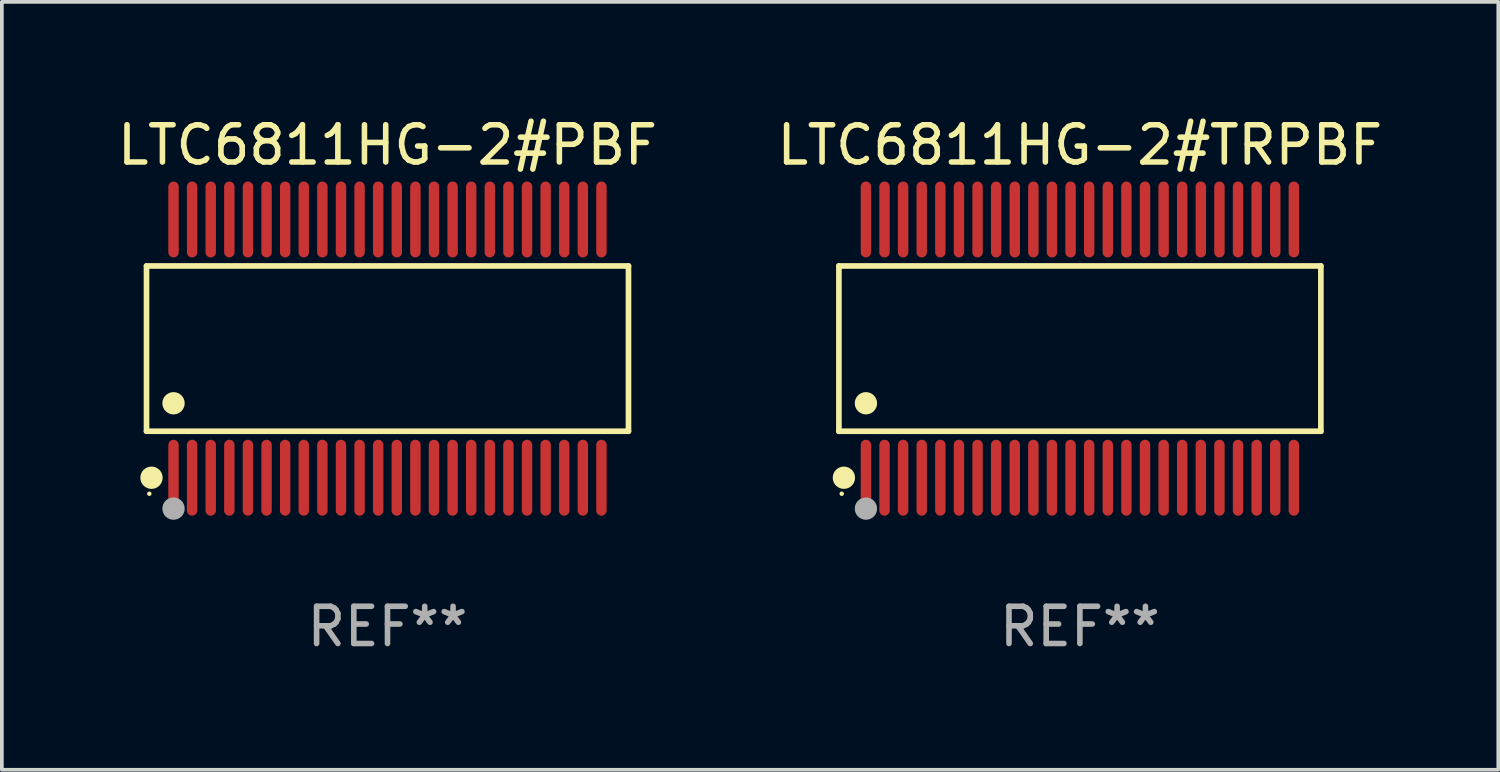
<source format=kicad_pcb>
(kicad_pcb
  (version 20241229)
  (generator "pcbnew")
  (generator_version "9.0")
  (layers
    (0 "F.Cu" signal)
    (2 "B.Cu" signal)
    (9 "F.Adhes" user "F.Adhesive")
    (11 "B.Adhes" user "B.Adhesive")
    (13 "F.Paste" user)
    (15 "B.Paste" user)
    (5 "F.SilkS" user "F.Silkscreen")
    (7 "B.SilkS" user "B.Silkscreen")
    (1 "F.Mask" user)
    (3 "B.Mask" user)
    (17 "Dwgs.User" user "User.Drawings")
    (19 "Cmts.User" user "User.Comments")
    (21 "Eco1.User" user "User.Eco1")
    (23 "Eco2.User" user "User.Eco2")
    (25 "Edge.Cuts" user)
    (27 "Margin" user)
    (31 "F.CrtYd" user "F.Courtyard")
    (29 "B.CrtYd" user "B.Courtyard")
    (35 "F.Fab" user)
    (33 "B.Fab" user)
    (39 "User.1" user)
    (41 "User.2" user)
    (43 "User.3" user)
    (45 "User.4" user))
  (footprint "LTC6811HG-2#TRPBF"
    (layer "F.Cu")
    (at 25.97 6.318)
    (property "Reference" "LTC6811HG-2#TRPBF" (at 0 -5.47 0) (layer "F.SilkS") (effects (font (size 1 1) (thickness 0.15))))
    (attr through_hole)
    (fp_line (start -6.476 -2.221) (end 6.476 -2.221) (stroke (width 0.152) (type solid)) (layer "F.SilkS"))
    (fp_line (start -6.476 2.221) (end -6.476 -2.221) (stroke (width 0.152) (type solid)) (layer "F.SilkS"))
    (fp_line (start 6.476 -2.221) (end 6.476 2.221) (stroke (width 0.152) (type solid)) (layer "F.SilkS"))
    (fp_line (start 6.476 2.221) (end -6.476 2.221) (stroke (width 0.152) (type solid)) (layer "F.SilkS"))
    (fp_circle (center -6.4 3.9) (end -6.37 3.9) (stroke (width 0.06) (type solid)) (fill no) (layer "F.SilkS"))
    (fp_circle (center -6.342 3.47) (end -6.192 3.47) (stroke (width 0.3) (type solid)) (fill no) (layer "F.SilkS"))
    (fp_circle (center -5.75 1.469) (end -5.6 1.469) (stroke (width 0.3) (type solid)) (fill no) (layer "F.SilkS"))
    (fp_circle (center -5.75 4.3) (end -5.6 4.3) (stroke (width 0.3) (type solid)) (fill no) (layer "F.Fab"))
    (fp_text user "REF**" (at 0 7.47 0) (layer "F.Fab") (effects (font (size 1 1) (thickness 0.15))))
    (pad "1" smd oval (at -5.75 3.47) (size 0.28 2.04) (layers "F.Cu" "F.Mask" "F.Paste"))
    (pad "2" smd oval (at -5.25 3.47) (size 0.28 2.04) (layers "F.Cu" "F.Mask" "F.Paste"))
    (pad "3" smd oval (at -4.75 3.47) (size 0.28 2.04) (layers "F.Cu" "F.Mask" "F.Paste"))
    (pad "4" smd oval (at -4.25 3.47) (size 0.28 2.04) (layers "F.Cu" "F.Mask" "F.Paste"))
    (pad "5" smd oval (at -3.75 3.47) (size 0.28 2.04) (layers "F.Cu" "F.Mask" "F.Paste"))
    (pad "6" smd oval (at -3.25 3.47) (size 0.28 2.04) (layers "F.Cu" "F.Mask" "F.Paste"))
    (pad "7" smd oval (at -2.75 3.47) (size 0.28 2.04) (layers "F.Cu" "F.Mask" "F.Paste"))
    (pad "8" smd oval (at -2.25 3.47) (size 0.28 2.04) (layers "F.Cu" "F.Mask" "F.Paste"))
    (pad "9" smd oval (at -1.75 3.47) (size 0.28 2.04) (layers "F.Cu" "F.Mask" "F.Paste"))
    (pad "10" smd oval (at -1.25 3.47) (size 0.28 2.04) (layers "F.Cu" "F.Mask" "F.Paste"))
    (pad "11" smd oval (at -0.75 3.47) (size 0.28 2.04) (layers "F.Cu" "F.Mask" "F.Paste"))
    (pad "12" smd oval (at -0.25 3.47) (size 0.28 2.04) (layers "F.Cu" "F.Mask" "F.Paste"))
    (pad "13" smd oval (at 0.25 3.47) (size 0.28 2.04) (layers "F.Cu" "F.Mask" "F.Paste"))
    (pad "14" smd oval (at 0.75 3.47) (size 0.28 2.04) (layers "F.Cu" "F.Mask" "F.Paste"))
    (pad "15" smd oval (at 1.25 3.47) (size 0.28 2.04) (layers "F.Cu" "F.Mask" "F.Paste"))
    (pad "16" smd oval (at 1.75 3.47) (size 0.28 2.04) (layers "F.Cu" "F.Mask" "F.Paste"))
    (pad "17" smd oval (at 2.25 3.47) (size 0.28 2.04) (layers "F.Cu" "F.Mask" "F.Paste"))
    (pad "18" smd oval (at 2.75 3.47) (size 0.28 2.04) (layers "F.Cu" "F.Mask" "F.Paste"))
    (pad "19" smd oval (at 3.25 3.47) (size 0.28 2.04) (layers "F.Cu" "F.Mask" "F.Paste"))
    (pad "20" smd oval (at 3.75 3.47) (size 0.28 2.04) (layers "F.Cu" "F.Mask" "F.Paste"))
    (pad "21" smd oval (at 4.25 3.47) (size 0.28 2.04) (layers "F.Cu" "F.Mask" "F.Paste"))
    (pad "22" smd oval (at 4.75 3.47) (size 0.28 2.04) (layers "F.Cu" "F.Mask" "F.Paste"))
    (pad "23" smd oval (at 5.25 3.47) (size 0.28 2.04) (layers "F.Cu" "F.Mask" "F.Paste"))
    (pad "24" smd oval (at 5.75 3.47) (size 0.28 2.04) (layers "F.Cu" "F.Mask" "F.Paste"))
    (pad "25" smd oval (at 5.75 -3.47) (size 0.28 2.04) (layers "F.Cu" "F.Mask" "F.Paste"))
    (pad "26" smd oval (at 5.25 -3.47) (size 0.28 2.04) (layers "F.Cu" "F.Mask" "F.Paste"))
    (pad "27" smd oval (at 4.75 -3.47) (size 0.28 2.04) (layers "F.Cu" "F.Mask" "F.Paste"))
    (pad "28" smd oval (at 4.25 -3.47) (size 0.28 2.04) (layers "F.Cu" "F.Mask" "F.Paste"))
    (pad "29" smd oval (at 3.75 -3.47) (size 0.28 2.04) (layers "F.Cu" "F.Mask" "F.Paste"))
    (pad "30" smd oval (at 3.25 -3.47) (size 0.28 2.04) (layers "F.Cu" "F.Mask" "F.Paste"))
    (pad "31" smd oval (at 2.75 -3.47) (size 0.28 2.04) (layers "F.Cu" "F.Mask" "F.Paste"))
    (pad "32" smd oval (at 2.25 -3.47) (size 0.28 2.04) (layers "F.Cu" "F.Mask" "F.Paste"))
    (pad "33" smd oval (at 1.75 -3.47) (size 0.28 2.04) (layers "F.Cu" "F.Mask" "F.Paste"))
    (pad "34" smd oval (at 1.25 -3.47) (size 0.28 2.04) (layers "F.Cu" "F.Mask" "F.Paste"))
    (pad "35" smd oval (at 0.75 -3.47) (size 0.28 2.04) (layers "F.Cu" "F.Mask" "F.Paste"))
    (pad "36" smd oval (at 0.25 -3.47) (size 0.28 2.04) (layers "F.Cu" "F.Mask" "F.Paste"))
    (pad "37" smd oval (at -0.25 -3.47) (size 0.28 2.04) (layers "F.Cu" "F.Mask" "F.Paste"))
    (pad "38" smd oval (at -0.75 -3.47) (size 0.28 2.04) (layers "F.Cu" "F.Mask" "F.Paste"))
    (pad "39" smd oval (at -1.25 -3.47) (size 0.28 2.04) (layers "F.Cu" "F.Mask" "F.Paste"))
    (pad "40" smd oval (at -1.75 -3.47) (size 0.28 2.04) (layers "F.Cu" "F.Mask" "F.Paste"))
    (pad "41" smd oval (at -2.25 -3.47) (size 0.28 2.04) (layers "F.Cu" "F.Mask" "F.Paste"))
    (pad "42" smd oval (at -2.75 -3.47) (size 0.28 2.04) (layers "F.Cu" "F.Mask" "F.Paste"))
    (pad "43" smd oval (at -3.25 -3.47) (size 0.28 2.04) (layers "F.Cu" "F.Mask" "F.Paste"))
    (pad "44" smd oval (at -3.75 -3.47) (size 0.28 2.04) (layers "F.Cu" "F.Mask" "F.Paste"))
    (pad "45" smd oval (at -4.25 -3.47) (size 0.28 2.04) (layers "F.Cu" "F.Mask" "F.Paste"))
    (pad "46" smd oval (at -4.75 -3.47) (size 0.28 2.04) (layers "F.Cu" "F.Mask" "F.Paste"))
    (pad "47" smd oval (at -5.25 -3.47) (size 0.28 2.04) (layers "F.Cu" "F.Mask" "F.Paste"))
    (pad "48" smd oval (at -5.75 -3.47) (size 0.28 2.04) (layers "F.Cu" "F.Mask" "F.Paste")))
  (footprint "LTC6811HG-2#PBF"
    (layer "F.Cu")
    (at 7.363 6.318)
    (property "Reference" "LTC6811HG-2#PBF" (at 0 -5.47 0) (layer "F.SilkS") (effects (font (size 1 1) (thickness 0.15))))
    (attr through_hole)
    (fp_line (start -6.476 -2.221) (end 6.476 -2.221) (stroke (width 0.152) (type solid)) (layer "F.SilkS"))
    (fp_line (start -6.476 2.221) (end -6.476 -2.221) (stroke (width 0.152) (type solid)) (layer "F.SilkS"))
    (fp_line (start 6.476 -2.221) (end 6.476 2.221) (stroke (width 0.152) (type solid)) (layer "F.SilkS"))
    (fp_line (start 6.476 2.221) (end -6.476 2.221) (stroke (width 0.152) (type solid)) (layer "F.SilkS"))
    (fp_circle (center -6.4 3.9) (end -6.37 3.9) (stroke (width 0.06) (type solid)) (fill no) (layer "F.SilkS"))
    (fp_circle (center -6.342 3.47) (end -6.192 3.47) (stroke (width 0.3) (type solid)) (fill no) (layer "F.SilkS"))
    (fp_circle (center -5.75 1.469) (end -5.6 1.469) (stroke (width 0.3) (type solid)) (fill no) (layer "F.SilkS"))
    (fp_circle (center -5.75 4.3) (end -5.6 4.3) (stroke (width 0.3) (type solid)) (fill no) (layer "F.Fab"))
    (fp_text user "REF**" (at 0 7.47 0) (layer "F.Fab") (effects (font (size 1 1) (thickness 0.15))))
    (pad "1" smd oval (at -5.75 3.47) (size 0.28 2.04) (layers "F.Cu" "F.Mask" "F.Paste"))
    (pad "2" smd oval (at -5.25 3.47) (size 0.28 2.04) (layers "F.Cu" "F.Mask" "F.Paste"))
    (pad "3" smd oval (at -4.75 3.47) (size 0.28 2.04) (layers "F.Cu" "F.Mask" "F.Paste"))
    (pad "4" smd oval (at -4.25 3.47) (size 0.28 2.04) (layers "F.Cu" "F.Mask" "F.Paste"))
    (pad "5" smd oval (at -3.75 3.47) (size 0.28 2.04) (layers "F.Cu" "F.Mask" "F.Paste"))
    (pad "6" smd oval (at -3.25 3.47) (size 0.28 2.04) (layers "F.Cu" "F.Mask" "F.Paste"))
    (pad "7" smd oval (at -2.75 3.47) (size 0.28 2.04) (layers "F.Cu" "F.Mask" "F.Paste"))
    (pad "8" smd oval (at -2.25 3.47) (size 0.28 2.04) (layers "F.Cu" "F.Mask" "F.Paste"))
    (pad "9" smd oval (at -1.75 3.47) (size 0.28 2.04) (layers "F.Cu" "F.Mask" "F.Paste"))
    (pad "10" smd oval (at -1.25 3.47) (size 0.28 2.04) (layers "F.Cu" "F.Mask" "F.Paste"))
    (pad "11" smd oval (at -0.75 3.47) (size 0.28 2.04) (layers "F.Cu" "F.Mask" "F.Paste"))
    (pad "12" smd oval (at -0.25 3.47) (size 0.28 2.04) (layers "F.Cu" "F.Mask" "F.Paste"))
    (pad "13" smd oval (at 0.25 3.47) (size 0.28 2.04) (layers "F.Cu" "F.Mask" "F.Paste"))
    (pad "14" smd oval (at 0.75 3.47) (size 0.28 2.04) (layers "F.Cu" "F.Mask" "F.Paste"))
    (pad "15" smd oval (at 1.25 3.47) (size 0.28 2.04) (layers "F.Cu" "F.Mask" "F.Paste"))
    (pad "16" smd oval (at 1.75 3.47) (size 0.28 2.04) (layers "F.Cu" "F.Mask" "F.Paste"))
    (pad "17" smd oval (at 2.25 3.47) (size 0.28 2.04) (layers "F.Cu" "F.Mask" "F.Paste"))
    (pad "18" smd oval (at 2.75 3.47) (size 0.28 2.04) (layers "F.Cu" "F.Mask" "F.Paste"))
    (pad "19" smd oval (at 3.25 3.47) (size 0.28 2.04) (layers "F.Cu" "F.Mask" "F.Paste"))
    (pad "20" smd oval (at 3.75 3.47) (size 0.28 2.04) (layers "F.Cu" "F.Mask" "F.Paste"))
    (pad "21" smd oval (at 4.25 3.47) (size 0.28 2.04) (layers "F.Cu" "F.Mask" "F.Paste"))
    (pad "22" smd oval (at 4.75 3.47) (size 0.28 2.04) (layers "F.Cu" "F.Mask" "F.Paste"))
    (pad "23" smd oval (at 5.25 3.47) (size 0.28 2.04) (layers "F.Cu" "F.Mask" "F.Paste"))
    (pad "24" smd oval (at 5.75 3.47) (size 0.28 2.04) (layers "F.Cu" "F.Mask" "F.Paste"))
    (pad "25" smd oval (at 5.75 -3.47) (size 0.28 2.04) (layers "F.Cu" "F.Mask" "F.Paste"))
    (pad "26" smd oval (at 5.25 -3.47) (size 0.28 2.04) (layers "F.Cu" "F.Mask" "F.Paste"))
    (pad "27" smd oval (at 4.75 -3.47) (size 0.28 2.04) (layers "F.Cu" "F.Mask" "F.Paste"))
    (pad "28" smd oval (at 4.25 -3.47) (size 0.28 2.04) (layers "F.Cu" "F.Mask" "F.Paste"))
    (pad "29" smd oval (at 3.75 -3.47) (size 0.28 2.04) (layers "F.Cu" "F.Mask" "F.Paste"))
    (pad "30" smd oval (at 3.25 -3.47) (size 0.28 2.04) (layers "F.Cu" "F.Mask" "F.Paste"))
    (pad "31" smd oval (at 2.75 -3.47) (size 0.28 2.04) (layers "F.Cu" "F.Mask" "F.Paste"))
    (pad "32" smd oval (at 2.25 -3.47) (size 0.28 2.04) (layers "F.Cu" "F.Mask" "F.Paste"))
    (pad "33" smd oval (at 1.75 -3.47) (size 0.28 2.04) (layers "F.Cu" "F.Mask" "F.Paste"))
    (pad "34" smd oval (at 1.25 -3.47) (size 0.28 2.04) (layers "F.Cu" "F.Mask" "F.Paste"))
    (pad "35" smd oval (at 0.75 -3.47) (size 0.28 2.04) (layers "F.Cu" "F.Mask" "F.Paste"))
    (pad "36" smd oval (at 0.25 -3.47) (size 0.28 2.04) (layers "F.Cu" "F.Mask" "F.Paste"))
    (pad "37" smd oval (at -0.25 -3.47) (size 0.28 2.04) (layers "F.Cu" "F.Mask" "F.Paste"))
    (pad "38" smd oval (at -0.75 -3.47) (size 0.28 2.04) (layers "F.Cu" "F.Mask" "F.Paste"))
    (pad "39" smd oval (at -1.25 -3.47) (size 0.28 2.04) (layers "F.Cu" "F.Mask" "F.Paste"))
    (pad "40" smd oval (at -1.75 -3.47) (size 0.28 2.04) (layers "F.Cu" "F.Mask" "F.Paste"))
    (pad "41" smd oval (at -2.25 -3.47) (size 0.28 2.04) (layers "F.Cu" "F.Mask" "F.Paste"))
    (pad "42" smd oval (at -2.75 -3.47) (size 0.28 2.04) (layers "F.Cu" "F.Mask" "F.Paste"))
    (pad "43" smd oval (at -3.25 -3.47) (size 0.28 2.04) (layers "F.Cu" "F.Mask" "F.Paste"))
    (pad "44" smd oval (at -3.75 -3.47) (size 0.28 2.04) (layers "F.Cu" "F.Mask" "F.Paste"))
    (pad "45" smd oval (at -4.25 -3.47) (size 0.28 2.04) (layers "F.Cu" "F.Mask" "F.Paste"))
    (pad "46" smd oval (at -4.75 -3.47) (size 0.28 2.04) (layers "F.Cu" "F.Mask" "F.Paste"))
    (pad "47" smd oval (at -5.25 -3.47) (size 0.28 2.04) (layers "F.Cu" "F.Mask" "F.Paste"))
    (pad "48" smd oval (at -5.75 -3.47) (size 0.28 2.04) (layers "F.Cu" "F.Mask" "F.Paste")))
  (gr_rect
    (start -3 -3)
    (end 37.214 17.636)
    (stroke (width 0.1) (type default))
    (fill no)
    (layer "Edge.Cuts")))
</source>
